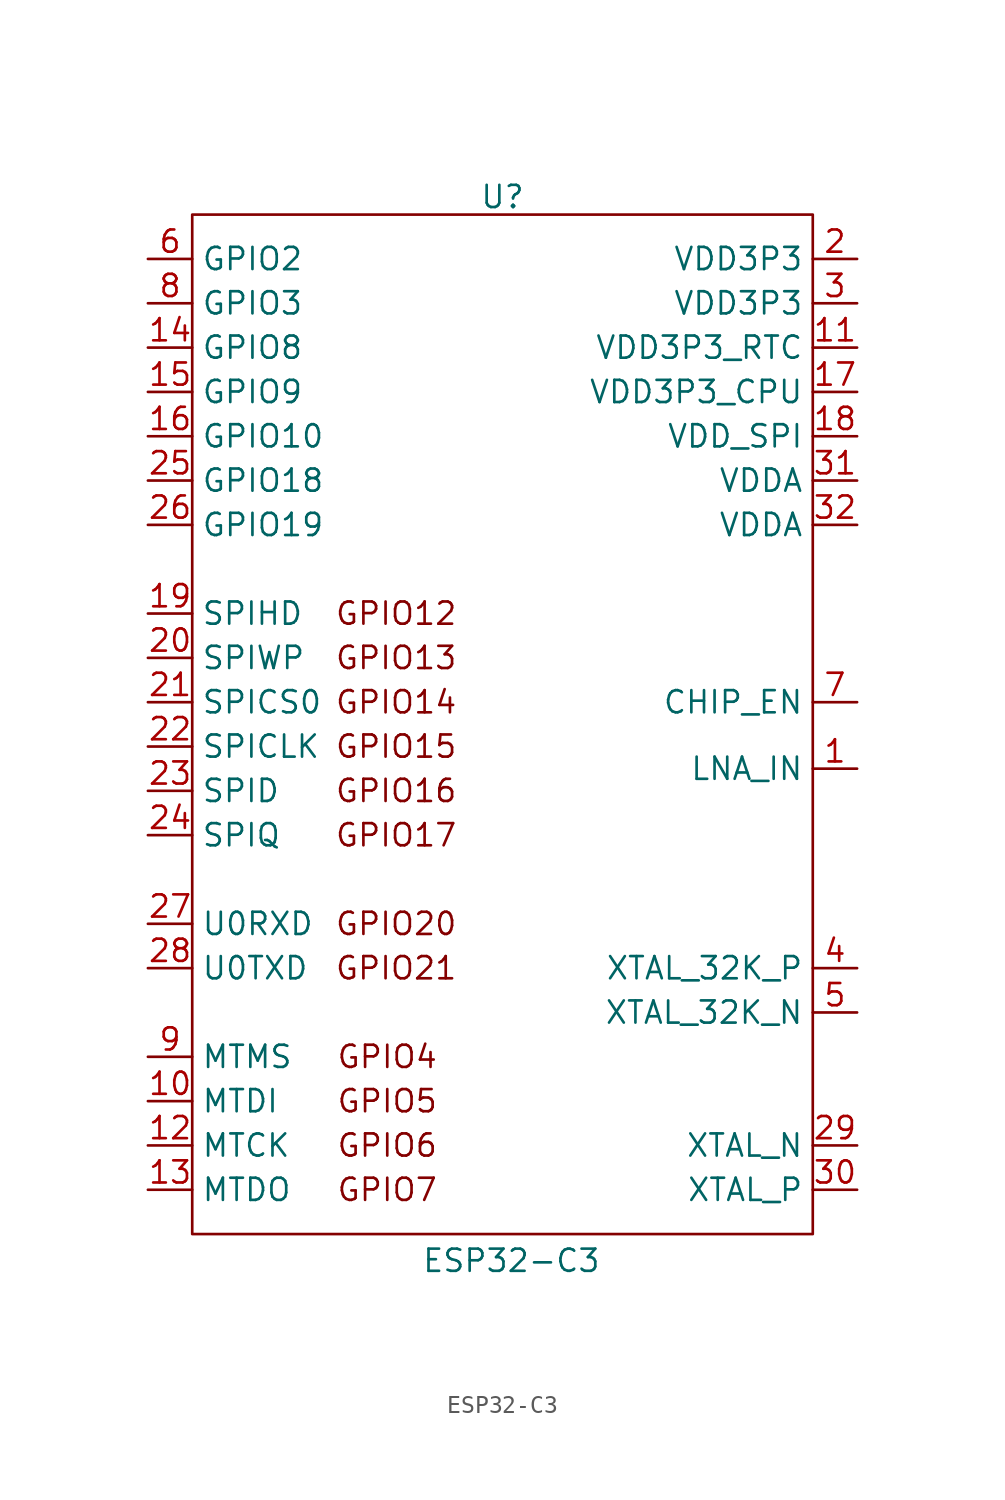
<source format=kicad_sym>
(kicad_symbol_lib
  (version 20231120)
  (generator "kicad_symbol_editor")
  (generator_version "8.0")
  (symbol "ESP32-C3"
    (property "Reference" "U"
      (at 0 1.016 0)
      (effects (font (size 1.27 1.27))))
    (property "Value" "ESP32-C3"
      (at 0.508 -59.944 0)
      (effects (font (size 1.27 1.27))))
    (symbol "ESP32-C3_0_1"
      (rectangle (start -17.78 0) (end 17.78 -58.42) (stroke (width 0) (type default)) (fill (type none))))
    (symbol "ESP32-C3_1_1"
      (text "GPIO12" (at -6.096 -22.86 0) (effects (font (size 1.27 1.27))))
      (text "GPIO13" (at -6.096 -25.4 0) (effects (font (size 1.27 1.27))))
      (text "GPIO14" (at -6.096 -27.94 0) (effects (font (size 1.27 1.27))))
      (text "GPIO15" (at -6.096 -30.48 0) (effects (font (size 1.27 1.27))))
      (text "GPIO16" (at -6.096 -33.02 0) (effects (font (size 1.27 1.27))))
      (text "GPIO17" (at -6.096 -35.56 0) (effects (font (size 1.27 1.27))))
      (text "GPIO20" (at -6.096 -40.64 0) (effects (font (size 1.27 1.27))))
      (text "GPIO21" (at -6.096 -43.18 0) (effects (font (size 1.27 1.27))))
      (text "GPIO4" (at -6.604 -48.26 0) (effects (font (size 1.27 1.27))))
      (text "GPIO5" (at -6.604 -50.8 0) (effects (font (size 1.27 1.27))))
      (text "GPIO6" (at -6.604 -53.34 0) (effects (font (size 1.27 1.27))))
      (text "GPIO7" (at -6.604 -55.88 0) (effects (font (size 1.27 1.27))))
      (pin bidirectional line (at 20.32 -31.75 180) (length 2.54) (name "LNA_IN" (effects (font (size 1.27 1.27)))) (number "1" (effects (font (size 1.27 1.27)))))
      (pin unspecified line (at -20.32 -50.8 0) (length 2.54) (name "MTDI" (effects (font (size 1.27 1.27)))) (number "10" (effects (font (size 1.27 1.27)))))
      (pin power_in line (at 20.32 -7.62 180) (length 2.54) (name "VDD3P3_RTC" (effects (font (size 1.27 1.27)))) (number "11" (effects (font (size 1.27 1.27)))))
      (pin unspecified line (at -20.32 -53.34 0) (length 2.54) (name "MTCK" (effects (font (size 1.27 1.27)))) (number "12" (effects (font (size 1.27 1.27)))))
      (pin unspecified line (at -20.32 -55.88 0) (length 2.54) (name "MTDO" (effects (font (size 1.27 1.27)))) (number "13" (effects (font (size 1.27 1.27)))))
      (pin bidirectional line (at -20.32 -7.62 0) (length 2.54) (name "GPIO8" (effects (font (size 1.27 1.27)))) (number "14" (effects (font (size 1.27 1.27)))))
      (pin bidirectional line (at -20.32 -10.16 0) (length 2.54) (name "GPIO9" (effects (font (size 1.27 1.27)))) (number "15" (effects (font (size 1.27 1.27)))))
      (pin bidirectional line (at -20.32 -12.7 0) (length 2.54) (name "GPIO10" (effects (font (size 1.27 1.27)))) (number "16" (effects (font (size 1.27 1.27)))))
      (pin power_in line (at 20.32 -10.16 180) (length 2.54) (name "VDD3P3_CPU" (effects (font (size 1.27 1.27)))) (number "17" (effects (font (size 1.27 1.27)))))
      (pin power_in line (at 20.32 -12.7 180) (length 2.54) (name "VDD_SPI" (effects (font (size 1.27 1.27)))) (number "18" (effects (font (size 1.27 1.27)))))
      (pin bidirectional line (at -20.32 -22.86 0) (length 2.54) (name "SPIHD" (effects (font (size 1.27 1.27)))) (number "19" (effects (font (size 1.27 1.27)))))
      (pin power_in line (at 20.32 -2.54 180) (length 2.54) (name "VDD3P3" (effects (font (size 1.27 1.27)))) (number "2" (effects (font (size 1.27 1.27)))))
      (pin bidirectional line (at -20.32 -25.4 0) (length 2.54) (name "SPIWP" (effects (font (size 1.27 1.27)))) (number "20" (effects (font (size 1.27 1.27)))))
      (pin bidirectional line (at -20.32 -27.94 0) (length 2.54) (name "SPICS0" (effects (font (size 1.27 1.27)))) (number "21" (effects (font (size 1.27 1.27)))))
      (pin bidirectional line (at -20.32 -30.48 0) (length 2.54) (name "SPICLK" (effects (font (size 1.27 1.27)))) (number "22" (effects (font (size 1.27 1.27)))))
      (pin bidirectional line (at -20.32 -33.02 0) (length 2.54) (name "SPID" (effects (font (size 1.27 1.27)))) (number "23" (effects (font (size 1.27 1.27)))))
      (pin bidirectional line (at -20.32 -35.56 0) (length 2.54) (name "SPIQ" (effects (font (size 1.27 1.27)))) (number "24" (effects (font (size 1.27 1.27)))))
      (pin bidirectional line (at -20.32 -15.24 0) (length 2.54) (name "GPIO18" (effects (font (size 1.27 1.27)))) (number "25" (effects (font (size 1.27 1.27)))))
      (pin bidirectional line (at -20.32 -17.78 0) (length 2.54) (name "GPIO19" (effects (font (size 1.27 1.27)))) (number "26" (effects (font (size 1.27 1.27)))))
      (pin input line (at -20.32 -40.64 0) (length 2.54) (name "U0RXD" (effects (font (size 1.27 1.27)))) (number "27" (effects (font (size 1.27 1.27)))))
      (pin output line (at -20.32 -43.18 0) (length 2.54) (name "U0TXD" (effects (font (size 1.27 1.27)))) (number "28" (effects (font (size 1.27 1.27)))))
      (pin unspecified line (at 20.32 -53.34 180) (length 2.54) (name "XTAL_N" (effects (font (size 1.27 1.27)))) (number "29" (effects (font (size 1.27 1.27)))))
      (pin power_in line (at 20.32 -5.08 180) (length 2.54) (name "VDD3P3" (effects (font (size 1.27 1.27)))) (number "3" (effects (font (size 1.27 1.27)))))
      (pin unspecified line (at 20.32 -55.88 180) (length 2.54) (name "XTAL_P" (effects (font (size 1.27 1.27)))) (number "30" (effects (font (size 1.27 1.27)))))
      (pin power_in line (at 20.32 -15.24 180) (length 2.54) (name "VDDA" (effects (font (size 1.27 1.27)))) (number "31" (effects (font (size 1.27 1.27)))))
      (pin power_in line (at 20.32 -17.78 180) (length 2.54) (name "VDDA" (effects (font (size 1.27 1.27)))) (number "32" (effects (font (size 1.27 1.27)))))
      (pin unspecified line (at 20.32 -43.18 180) (length 2.54) (name "XTAL_32K_P" (effects (font (size 1.27 1.27)))) (number "4" (effects (font (size 1.27 1.27)))))
      (pin unspecified line (at 20.32 -45.72 180) (length 2.54) (name "XTAL_32K_N" (effects (font (size 1.27 1.27)))) (number "5" (effects (font (size 1.27 1.27)))))
      (pin bidirectional line (at -20.32 -2.54 0) (length 2.54) (name "GPIO2" (effects (font (size 1.27 1.27)))) (number "6" (effects (font (size 1.27 1.27)))))
      (pin input line (at 20.32 -27.94 180) (length 2.54) (name "CHIP_EN" (effects (font (size 1.27 1.27)))) (number "7" (effects (font (size 1.27 1.27)))))
      (pin bidirectional line (at -20.32 -5.08 0) (length 2.54) (name "GPIO3" (effects (font (size 1.27 1.27)))) (number "8" (effects (font (size 1.27 1.27)))))
      (pin unspecified line (at -20.32 -48.26 0) (length 2.54) (name "MTMS" (effects (font (size 1.27 1.27)))) (number "9" (effects (font (size 1.27 1.27))))))))
</source>
